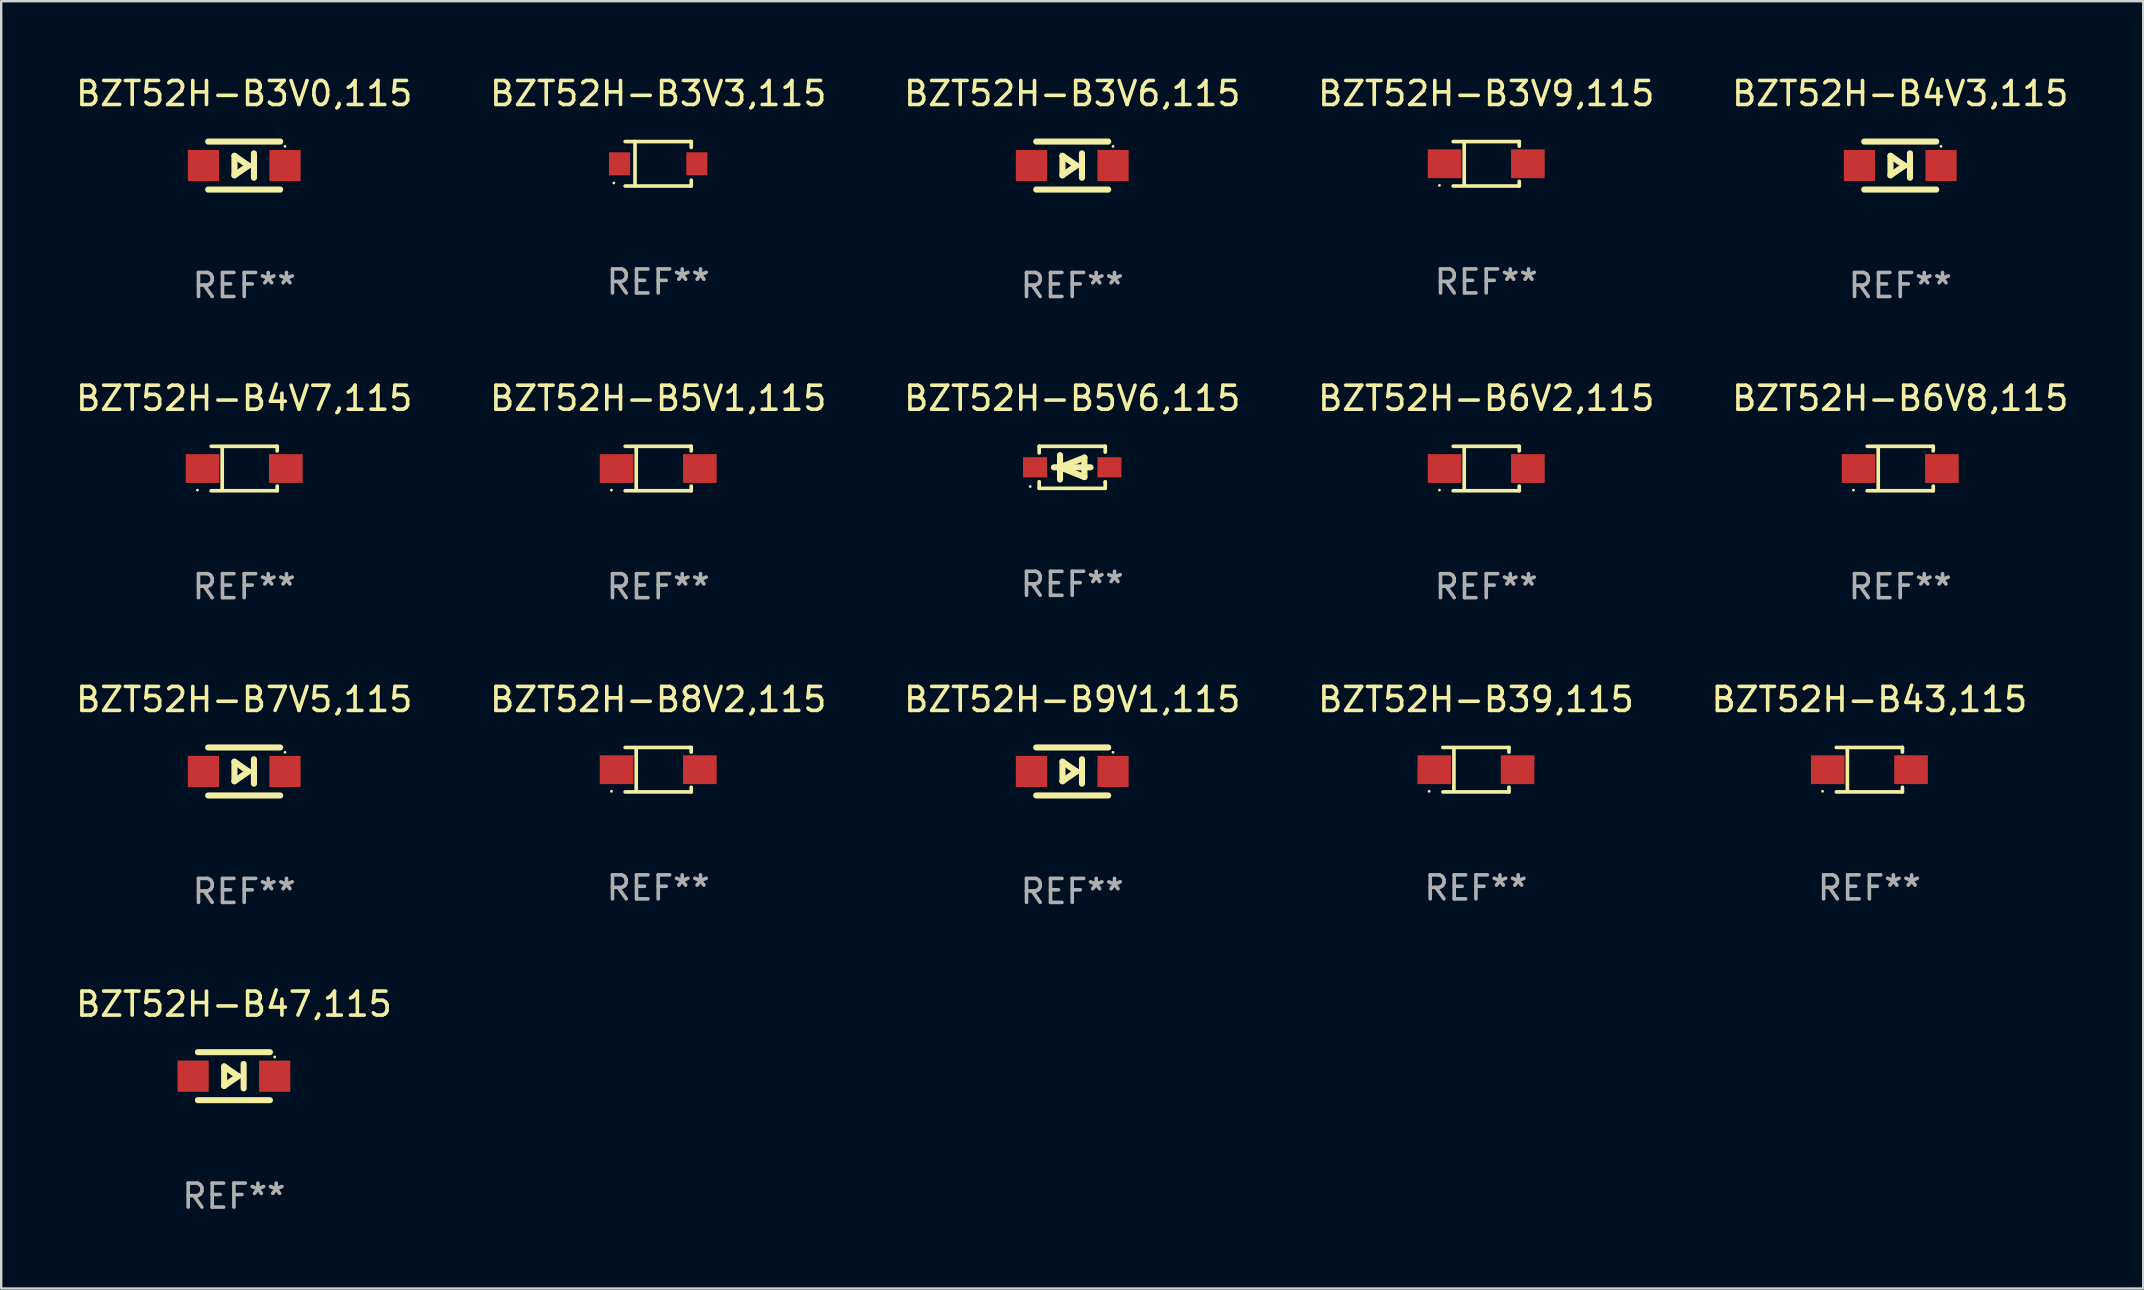
<source format=kicad_pcb>
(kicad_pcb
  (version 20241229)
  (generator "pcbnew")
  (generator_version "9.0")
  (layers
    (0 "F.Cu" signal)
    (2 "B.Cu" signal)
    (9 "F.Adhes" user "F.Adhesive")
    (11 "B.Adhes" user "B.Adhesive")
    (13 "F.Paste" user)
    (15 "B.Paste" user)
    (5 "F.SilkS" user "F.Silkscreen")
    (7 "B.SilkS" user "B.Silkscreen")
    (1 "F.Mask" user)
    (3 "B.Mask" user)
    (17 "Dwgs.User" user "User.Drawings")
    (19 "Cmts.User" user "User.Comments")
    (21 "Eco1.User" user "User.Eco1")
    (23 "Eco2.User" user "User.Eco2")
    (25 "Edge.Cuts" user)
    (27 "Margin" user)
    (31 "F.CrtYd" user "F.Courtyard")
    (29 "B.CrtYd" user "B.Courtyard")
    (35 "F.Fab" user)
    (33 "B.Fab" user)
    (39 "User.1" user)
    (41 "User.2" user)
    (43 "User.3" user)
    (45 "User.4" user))
  (footprint "BZT52H-B39,115"
    (layer "F.Cu")
    (at 58.446 29.02)
    (property "Reference" "BZT52H-B39,115" (at 0 -2.926 0) (layer "F.SilkS") (effects (font (size 1 1) (thickness 0.15))))
    (attr through_hole)
    (fp_line (start -1.376 -0.926) (end 1.376 -0.926) (stroke (width 0.152) (type solid)) (layer "F.SilkS"))
    (fp_line (start -1.376 0.926) (end 1.376 0.926) (stroke (width 0.152) (type solid)) (layer "F.SilkS"))
    (fp_line (start -0.917 -0.876) (end -0.917 0.876) (stroke (width 0.152) (type solid)) (layer "F.SilkS"))
    (fp_line (start 1.376 -0.926) (end 1.376 -0.733) (stroke (width 0.152) (type solid)) (layer "F.SilkS"))
    (fp_line (start 1.376 0.926) (end 1.376 0.733) (stroke (width 0.152) (type solid)) (layer "F.SilkS"))
    (fp_circle (center -1.95 0.9) (end -1.92 0.9) (stroke (width 0.06) (type solid)) (fill no) (layer "F.SilkS"))
    (fp_text user "REF**" (at 0 4.926 0) (layer "F.Fab") (effects (font (size 1 1) (thickness 0.15))))
    (pad "1" smd rect (at -1.735 0) (size 1.4 1.2) (layers "F.Cu" "F.Mask" "F.Paste"))
    (pad "2" smd rect (at 1.735 0) (size 1.4 1.2) (layers "F.Cu" "F.Mask" "F.Paste")))
  (footprint "BZT52H-B47,115"
    (layer "F.Cu")
    (at 6.696 41.79)
    (property "Reference" "BZT52H-B47,115" (at 0 -3 0) (layer "F.SilkS") (effects (font (size 1 1) (thickness 0.15))))
    (attr through_hole)
    (fp_line (start -1.5 -1) (end 1.5 -1) (stroke (width 0.254) (type solid)) (layer "F.SilkS"))
    (fp_line (start -0.406 -0.406) (end 0.178 0) (stroke (width 0.254) (type solid)) (layer "F.SilkS"))
    (fp_line (start -0.406 0.406) (end -0.406 -0.406) (stroke (width 0.254) (type solid)) (layer "F.SilkS"))
    (fp_line (start 0.178 0) (end -0.406 0.406) (stroke (width 0.254) (type solid)) (layer "F.SilkS"))
    (fp_line (start 0.406 0.508) (end 0.406 -0.508) (stroke (width 0.254) (type solid)) (layer "F.SilkS"))
    (fp_line (start 1.5 1) (end -1.5 1) (stroke (width 0.254) (type solid)) (layer "F.SilkS"))
    (fp_circle (center 1.7 -0.8) (end 1.73 -0.8) (stroke (width 0.06) (type solid)) (fill no) (layer "F.SilkS"))
    (fp_text user "REF**" (at 0 5 0) (layer "F.Fab") (effects (font (size 1 1) (thickness 0.15))))
    (pad "1" smd rect (at 1.7 0 180) (size 1.3 1.3) (layers "F.Cu" "F.Mask" "F.Paste"))
    (pad "2" smd rect (at -1.7 0 180) (size 1.3 1.3) (layers "F.Cu" "F.Mask" "F.Paste")))
  (footprint "BZT52H-B3V6,115"
    (layer "F.Cu")
    (at 41.625 3.848)
    (property "Reference" "BZT52H-B3V6,115" (at 0 -3 0) (layer "F.SilkS") (effects (font (size 1 1) (thickness 0.15))))
    (attr through_hole)
    (fp_line (start -1.5 -1) (end 1.5 -1) (stroke (width 0.254) (type solid)) (layer "F.SilkS"))
    (fp_line (start -0.406 -0.406) (end 0.178 0) (stroke (width 0.254) (type solid)) (layer "F.SilkS"))
    (fp_line (start -0.406 0.406) (end -0.406 -0.406) (stroke (width 0.254) (type solid)) (layer "F.SilkS"))
    (fp_line (start 0.178 0) (end -0.406 0.406) (stroke (width 0.254) (type solid)) (layer "F.SilkS"))
    (fp_line (start 0.406 0.508) (end 0.406 -0.508) (stroke (width 0.254) (type solid)) (layer "F.SilkS"))
    (fp_line (start 1.5 1) (end -1.5 1) (stroke (width 0.254) (type solid)) (layer "F.SilkS"))
    (fp_circle (center 1.7 -0.8) (end 1.73 -0.8) (stroke (width 0.06) (type solid)) (fill no) (layer "F.SilkS"))
    (fp_text user "REF**" (at 0 5 0) (layer "F.Fab") (effects (font (size 1 1) (thickness 0.15))))
    (pad "1" smd rect (at 1.7 0 180) (size 1.3 1.3) (layers "F.Cu" "F.Mask" "F.Paste"))
    (pad "2" smd rect (at -1.7 0 180) (size 1.3 1.3) (layers "F.Cu" "F.Mask" "F.Paste")))
  (footprint "BZT52H-B4V3,115"
    (layer "F.Cu")
    (at 76.125 3.848)
    (property "Reference" "BZT52H-B4V3,115" (at 0 -3 0) (layer "F.SilkS") (effects (font (size 1 1) (thickness 0.15))))
    (attr through_hole)
    (fp_line (start -1.5 -1) (end 1.5 -1) (stroke (width 0.254) (type solid)) (layer "F.SilkS"))
    (fp_line (start -0.406 -0.406) (end 0.178 0) (stroke (width 0.254) (type solid)) (layer "F.SilkS"))
    (fp_line (start -0.406 0.406) (end -0.406 -0.406) (stroke (width 0.254) (type solid)) (layer "F.SilkS"))
    (fp_line (start 0.178 0) (end -0.406 0.406) (stroke (width 0.254) (type solid)) (layer "F.SilkS"))
    (fp_line (start 0.406 0.508) (end 0.406 -0.508) (stroke (width 0.254) (type solid)) (layer "F.SilkS"))
    (fp_line (start 1.5 1) (end -1.5 1) (stroke (width 0.254) (type solid)) (layer "F.SilkS"))
    (fp_circle (center 1.7 -0.8) (end 1.73 -0.8) (stroke (width 0.06) (type solid)) (fill no) (layer "F.SilkS"))
    (fp_text user "REF**" (at 0 5 0) (layer "F.Fab") (effects (font (size 1 1) (thickness 0.15))))
    (pad "1" smd rect (at 1.7 0 180) (size 1.3 1.3) (layers "F.Cu" "F.Mask" "F.Paste"))
    (pad "2" smd rect (at -1.7 0 180) (size 1.3 1.3) (layers "F.Cu" "F.Mask" "F.Paste")))
  (footprint "BZT52H-B3V9,115"
    (layer "F.Cu")
    (at 58.875 3.774)
    (property "Reference" "BZT52H-B3V9,115" (at 0 -2.926 0) (layer "F.SilkS") (effects (font (size 1 1) (thickness 0.15))))
    (attr through_hole)
    (fp_line (start -1.376 -0.926) (end 1.376 -0.926) (stroke (width 0.152) (type solid)) (layer "F.SilkS"))
    (fp_line (start -1.376 0.926) (end 1.376 0.926) (stroke (width 0.152) (type solid)) (layer "F.SilkS"))
    (fp_line (start -0.917 -0.876) (end -0.917 0.876) (stroke (width 0.152) (type solid)) (layer "F.SilkS"))
    (fp_line (start 1.376 -0.926) (end 1.376 -0.733) (stroke (width 0.152) (type solid)) (layer "F.SilkS"))
    (fp_line (start 1.376 0.926) (end 1.376 0.733) (stroke (width 0.152) (type solid)) (layer "F.SilkS"))
    (fp_circle (center -1.95 0.9) (end -1.92 0.9) (stroke (width 0.06) (type solid)) (fill no) (layer "F.SilkS"))
    (fp_text user "REF**" (at 0 4.926 0) (layer "F.Fab") (effects (font (size 1 1) (thickness 0.15))))
    (pad "1" smd rect (at -1.735 0) (size 1.4 1.2) (layers "F.Cu" "F.Mask" "F.Paste"))
    (pad "2" smd rect (at 1.735 0) (size 1.4 1.2) (layers "F.Cu" "F.Mask" "F.Paste")))
  (footprint "BZT52H-B4V7,115"
    (layer "F.Cu")
    (at 7.125 16.471)
    (property "Reference" "BZT52H-B4V7,115" (at 0 -2.926 0) (layer "F.SilkS") (effects (font (size 1 1) (thickness 0.15))))
    (attr through_hole)
    (fp_line (start -1.376 -0.926) (end 1.376 -0.926) (stroke (width 0.152) (type solid)) (layer "F.SilkS"))
    (fp_line (start -1.376 0.926) (end 1.376 0.926) (stroke (width 0.152) (type solid)) (layer "F.SilkS"))
    (fp_line (start -0.917 -0.876) (end -0.917 0.876) (stroke (width 0.152) (type solid)) (layer "F.SilkS"))
    (fp_line (start 1.376 -0.926) (end 1.376 -0.733) (stroke (width 0.152) (type solid)) (layer "F.SilkS"))
    (fp_line (start 1.376 0.926) (end 1.376 0.733) (stroke (width 0.152) (type solid)) (layer "F.SilkS"))
    (fp_circle (center -1.95 0.9) (end -1.92 0.9) (stroke (width 0.06) (type solid)) (fill no) (layer "F.SilkS"))
    (fp_text user "REF**" (at 0 4.926 0) (layer "F.Fab") (effects (font (size 1 1) (thickness 0.15))))
    (pad "1" smd rect (at -1.735 0) (size 1.4 1.2) (layers "F.Cu" "F.Mask" "F.Paste"))
    (pad "2" smd rect (at 1.735 0) (size 1.4 1.2) (layers "F.Cu" "F.Mask" "F.Paste")))
  (footprint "BZT52H-B5V6,115"
    (layer "F.Cu")
    (at 41.625 16.421)
    (property "Reference" "BZT52H-B5V6,115" (at 0 -2.876 0) (layer "F.SilkS") (effects (font (size 1 1) (thickness 0.15))))
    (attr through_hole)
    (fp_line (start -1.376 -0.876) (end -1.376 -0.6) (stroke (width 0.152) (type solid)) (layer "F.SilkS"))
    (fp_line (start -1.376 -0.876) (end 1.376 -0.876) (stroke (width 0.152) (type solid)) (layer "F.SilkS"))
    (fp_line (start -1.376 0.6) (end -1.376 0.876) (stroke (width 0.152) (type solid)) (layer "F.SilkS"))
    (fp_line (start -1.376 0.876) (end 1.376 0.876) (stroke (width 0.152) (type solid)) (layer "F.SilkS"))
    (fp_line (start -0.762 -0.000051) (end 0.762 -0.000051) (stroke (width 0.254) (type solid)) (layer "F.SilkS"))
    (fp_line (start -0.508 -0.508) (end -0.508 0.508) (stroke (width 0.254) (type solid)) (layer "F.SilkS"))
    (fp_line (start -0.508 -0.000051) (end 0.508 -0.406) (stroke (width 0.254) (type solid)) (layer "F.SilkS"))
    (fp_line (start 0.508 -0.406) (end 0.508 0.406) (stroke (width 0.254) (type solid)) (layer "F.SilkS"))
    (fp_line (start 0.508 0.406) (end -0.508 -0.000051) (stroke (width 0.254) (type solid)) (layer "F.SilkS"))
    (fp_line (start 1.376 0.631) (end 1.376 0.6) (stroke (width 0.152) (type solid)) (layer "F.SilkS"))
    (fp_line (start 1.376 0.876) (end 1.376 0.631) (stroke (width 0.152) (type solid)) (layer "F.SilkS"))
    (fp_line (start 1.376 -0.876) (end 1.376 -0.635) (stroke (width 0.152) (type solid)) (layer "F.SilkS"))
    (fp_circle (center -1.75 0.8) (end -1.72 0.8) (stroke (width 0.06) (type solid)) (fill no) (layer "F.SilkS"))
    (fp_text user "REF**" (at 0 4.876 0) (layer "F.Fab") (effects (font (size 1 1) (thickness 0.15))))
    (pad "1" smd rect (at -1.55 -0.000051) (size 1 0.84) (layers "F.Cu" "F.Mask" "F.Paste"))
    (pad "2" smd rect (at 1.55 -0.000051) (size 1 0.84) (layers "F.Cu" "F.Mask" "F.Paste")))
  (footprint "BZT52H-B3V3,115"
    (layer "F.Cu")
    (at 24.375 3.774)
    (property "Reference" "BZT52H-B3V3,115" (at 0 -2.926 0) (layer "F.SilkS") (effects (font (size 1 1) (thickness 0.15))))
    (attr through_hole)
    (fp_line (start -1.376 -0.926) (end 1.376 -0.926) (stroke (width 0.152) (type solid)) (layer "F.SilkS"))
    (fp_line (start -1.376 0.926) (end 1.376 0.926) (stroke (width 0.152) (type solid)) (layer "F.SilkS"))
    (fp_line (start -0.967 -0.926) (end -0.967 0.926) (stroke (width 0.152) (type solid)) (layer "F.SilkS"))
    (fp_line (start 1.376 -0.926) (end 1.376 -0.683) (stroke (width 0.152) (type solid)) (layer "F.SilkS"))
    (fp_line (start 1.376 0.926) (end 1.376 0.683) (stroke (width 0.152) (type solid)) (layer "F.SilkS"))
    (fp_circle (center -1.85 0.8) (end -1.82 0.8) (stroke (width 0.06) (type solid)) (fill no) (layer "F.SilkS"))
    (fp_text user "REF**" (at 0 4.926 0) (layer "F.Fab") (effects (font (size 1 1) (thickness 0.15))))
    (pad "1" smd rect (at -1.61 0) (size 0.88 0.96) (layers "F.Cu" "F.Mask" "F.Paste"))
    (pad "2" smd rect (at 1.61 0) (size 0.88 0.96) (layers "F.Cu" "F.Mask" "F.Paste")))
  (footprint "BZT52H-B9V1,115"
    (layer "F.Cu")
    (at 41.625 29.094)
    (property "Reference" "BZT52H-B9V1,115" (at 0 -3 0) (layer "F.SilkS") (effects (font (size 1 1) (thickness 0.15))))
    (attr through_hole)
    (fp_line (start -1.5 -1) (end 1.5 -1) (stroke (width 0.254) (type solid)) (layer "F.SilkS"))
    (fp_line (start -0.406 -0.406) (end 0.178 0) (stroke (width 0.254) (type solid)) (layer "F.SilkS"))
    (fp_line (start -0.406 0.406) (end -0.406 -0.406) (stroke (width 0.254) (type solid)) (layer "F.SilkS"))
    (fp_line (start 0.178 0) (end -0.406 0.406) (stroke (width 0.254) (type solid)) (layer "F.SilkS"))
    (fp_line (start 0.406 0.508) (end 0.406 -0.508) (stroke (width 0.254) (type solid)) (layer "F.SilkS"))
    (fp_line (start 1.5 1) (end -1.5 1) (stroke (width 0.254) (type solid)) (layer "F.SilkS"))
    (fp_circle (center 1.7 -0.8) (end 1.73 -0.8) (stroke (width 0.06) (type solid)) (fill no) (layer "F.SilkS"))
    (fp_text user "REF**" (at 0 5 0) (layer "F.Fab") (effects (font (size 1 1) (thickness 0.15))))
    (pad "1" smd rect (at 1.7 0 180) (size 1.3 1.3) (layers "F.Cu" "F.Mask" "F.Paste"))
    (pad "2" smd rect (at -1.7 0 180) (size 1.3 1.3) (layers "F.Cu" "F.Mask" "F.Paste")))
  (footprint "BZT52H-B6V8,115"
    (layer "F.Cu")
    (at 76.125 16.471)
    (property "Reference" "BZT52H-B6V8,115" (at 0 -2.926 0) (layer "F.SilkS") (effects (font (size 1 1) (thickness 0.15))))
    (attr through_hole)
    (fp_line (start -1.376 -0.926) (end 1.376 -0.926) (stroke (width 0.152) (type solid)) (layer "F.SilkS"))
    (fp_line (start -1.376 0.926) (end 1.376 0.926) (stroke (width 0.152) (type solid)) (layer "F.SilkS"))
    (fp_line (start -0.917 -0.876) (end -0.917 0.876) (stroke (width 0.152) (type solid)) (layer "F.SilkS"))
    (fp_line (start 1.376 -0.926) (end 1.376 -0.733) (stroke (width 0.152) (type solid)) (layer "F.SilkS"))
    (fp_line (start 1.376 0.926) (end 1.376 0.733) (stroke (width 0.152) (type solid)) (layer "F.SilkS"))
    (fp_circle (center -1.95 0.9) (end -1.92 0.9) (stroke (width 0.06) (type solid)) (fill no) (layer "F.SilkS"))
    (fp_text user "REF**" (at 0 4.926 0) (layer "F.Fab") (effects (font (size 1 1) (thickness 0.15))))
    (pad "1" smd rect (at -1.735 0) (size 1.4 1.2) (layers "F.Cu" "F.Mask" "F.Paste"))
    (pad "2" smd rect (at 1.735 0) (size 1.4 1.2) (layers "F.Cu" "F.Mask" "F.Paste")))
  (footprint "BZT52H-B7V5,115"
    (layer "F.Cu")
    (at 7.125 29.094)
    (property "Reference" "BZT52H-B7V5,115" (at 0 -3 0) (layer "F.SilkS") (effects (font (size 1 1) (thickness 0.15))))
    (attr through_hole)
    (fp_line (start -1.5 -1) (end 1.5 -1) (stroke (width 0.254) (type solid)) (layer "F.SilkS"))
    (fp_line (start -0.406 -0.406) (end 0.178 0) (stroke (width 0.254) (type solid)) (layer "F.SilkS"))
    (fp_line (start -0.406 0.406) (end -0.406 -0.406) (stroke (width 0.254) (type solid)) (layer "F.SilkS"))
    (fp_line (start 0.178 0) (end -0.406 0.406) (stroke (width 0.254) (type solid)) (layer "F.SilkS"))
    (fp_line (start 0.406 0.508) (end 0.406 -0.508) (stroke (width 0.254) (type solid)) (layer "F.SilkS"))
    (fp_line (start 1.5 1) (end -1.5 1) (stroke (width 0.254) (type solid)) (layer "F.SilkS"))
    (fp_circle (center 1.7 -0.8) (end 1.73 -0.8) (stroke (width 0.06) (type solid)) (fill no) (layer "F.SilkS"))
    (fp_text user "REF**" (at 0 5 0) (layer "F.Fab") (effects (font (size 1 1) (thickness 0.15))))
    (pad "1" smd rect (at 1.7 0 180) (size 1.3 1.3) (layers "F.Cu" "F.Mask" "F.Paste"))
    (pad "2" smd rect (at -1.7 0 180) (size 1.3 1.3) (layers "F.Cu" "F.Mask" "F.Paste")))
  (footprint "BZT52H-B3V0,115"
    (layer "F.Cu")
    (at 7.125 3.848)
    (property "Reference" "BZT52H-B3V0,115" (at 0 -3 0) (layer "F.SilkS") (effects (font (size 1 1) (thickness 0.15))))
    (attr through_hole)
    (fp_line (start -1.5 -1) (end 1.5 -1) (stroke (width 0.254) (type solid)) (layer "F.SilkS"))
    (fp_line (start -0.406 -0.406) (end 0.178 0) (stroke (width 0.254) (type solid)) (layer "F.SilkS"))
    (fp_line (start -0.406 0.406) (end -0.406 -0.406) (stroke (width 0.254) (type solid)) (layer "F.SilkS"))
    (fp_line (start 0.178 0) (end -0.406 0.406) (stroke (width 0.254) (type solid)) (layer "F.SilkS"))
    (fp_line (start 0.406 0.508) (end 0.406 -0.508) (stroke (width 0.254) (type solid)) (layer "F.SilkS"))
    (fp_line (start 1.5 1) (end -1.5 1) (stroke (width 0.254) (type solid)) (layer "F.SilkS"))
    (fp_circle (center 1.7 -0.8) (end 1.73 -0.8) (stroke (width 0.06) (type solid)) (fill no) (layer "F.SilkS"))
    (fp_text user "REF**" (at 0 5 0) (layer "F.Fab") (effects (font (size 1 1) (thickness 0.15))))
    (pad "1" smd rect (at 1.7 0 180) (size 1.3 1.3) (layers "F.Cu" "F.Mask" "F.Paste"))
    (pad "2" smd rect (at -1.7 0 180) (size 1.3 1.3) (layers "F.Cu" "F.Mask" "F.Paste")))
  (footprint "BZT52H-B6V2,115"
    (layer "F.Cu")
    (at 58.875 16.471)
    (property "Reference" "BZT52H-B6V2,115" (at 0 -2.926 0) (layer "F.SilkS") (effects (font (size 1 1) (thickness 0.15))))
    (attr through_hole)
    (fp_line (start -1.376 -0.926) (end 1.376 -0.926) (stroke (width 0.152) (type solid)) (layer "F.SilkS"))
    (fp_line (start -1.376 0.926) (end 1.376 0.926) (stroke (width 0.152) (type solid)) (layer "F.SilkS"))
    (fp_line (start -0.917 -0.876) (end -0.917 0.876) (stroke (width 0.152) (type solid)) (layer "F.SilkS"))
    (fp_line (start 1.376 -0.926) (end 1.376 -0.733) (stroke (width 0.152) (type solid)) (layer "F.SilkS"))
    (fp_line (start 1.376 0.926) (end 1.376 0.733) (stroke (width 0.152) (type solid)) (layer "F.SilkS"))
    (fp_circle (center -1.95 0.9) (end -1.92 0.9) (stroke (width 0.06) (type solid)) (fill no) (layer "F.SilkS"))
    (fp_text user "REF**" (at 0 4.926 0) (layer "F.Fab") (effects (font (size 1 1) (thickness 0.15))))
    (pad "1" smd rect (at -1.735 0) (size 1.4 1.2) (layers "F.Cu" "F.Mask" "F.Paste"))
    (pad "2" smd rect (at 1.735 0) (size 1.4 1.2) (layers "F.Cu" "F.Mask" "F.Paste")))
  (footprint "BZT52H-B5V1,115"
    (layer "F.Cu")
    (at 24.375 16.471)
    (property "Reference" "BZT52H-B5V1,115" (at 0 -2.926 0) (layer "F.SilkS") (effects (font (size 1 1) (thickness 0.15))))
    (attr through_hole)
    (fp_line (start -1.376 -0.926) (end 1.376 -0.926) (stroke (width 0.152) (type solid)) (layer "F.SilkS"))
    (fp_line (start -1.376 0.926) (end 1.376 0.926) (stroke (width 0.152) (type solid)) (layer "F.SilkS"))
    (fp_line (start -0.917 -0.876) (end -0.917 0.876) (stroke (width 0.152) (type solid)) (layer "F.SilkS"))
    (fp_line (start 1.376 -0.926) (end 1.376 -0.733) (stroke (width 0.152) (type solid)) (layer "F.SilkS"))
    (fp_line (start 1.376 0.926) (end 1.376 0.733) (stroke (width 0.152) (type solid)) (layer "F.SilkS"))
    (fp_circle (center -1.95 0.9) (end -1.92 0.9) (stroke (width 0.06) (type solid)) (fill no) (layer "F.SilkS"))
    (fp_text user "REF**" (at 0 4.926 0) (layer "F.Fab") (effects (font (size 1 1) (thickness 0.15))))
    (pad "1" smd rect (at -1.735 0) (size 1.4 1.2) (layers "F.Cu" "F.Mask" "F.Paste"))
    (pad "2" smd rect (at 1.735 0) (size 1.4 1.2) (layers "F.Cu" "F.Mask" "F.Paste")))
  (footprint "BZT52H-B8V2,115"
    (layer "F.Cu")
    (at 24.375 29.02)
    (property "Reference" "BZT52H-B8V2,115" (at 0 -2.926 0) (layer "F.SilkS") (effects (font (size 1 1) (thickness 0.15))))
    (attr through_hole)
    (fp_line (start -1.376 -0.926) (end 1.376 -0.926) (stroke (width 0.152) (type solid)) (layer "F.SilkS"))
    (fp_line (start -1.376 0.926) (end 1.376 0.926) (stroke (width 0.152) (type solid)) (layer "F.SilkS"))
    (fp_line (start -0.917 -0.876) (end -0.917 0.876) (stroke (width 0.152) (type solid)) (layer "F.SilkS"))
    (fp_line (start 1.376 -0.926) (end 1.376 -0.733) (stroke (width 0.152) (type solid)) (layer "F.SilkS"))
    (fp_line (start 1.376 0.926) (end 1.376 0.733) (stroke (width 0.152) (type solid)) (layer "F.SilkS"))
    (fp_circle (center -1.95 0.9) (end -1.92 0.9) (stroke (width 0.06) (type solid)) (fill no) (layer "F.SilkS"))
    (fp_text user "REF**" (at 0 4.926 0) (layer "F.Fab") (effects (font (size 1 1) (thickness 0.15))))
    (pad "1" smd rect (at -1.735 0) (size 1.4 1.2) (layers "F.Cu" "F.Mask" "F.Paste"))
    (pad "2" smd rect (at 1.735 0) (size 1.4 1.2) (layers "F.Cu" "F.Mask" "F.Paste")))
  (footprint "BZT52H-B43,115"
    (layer "F.Cu")
    (at 74.839 29.02)
    (property "Reference" "BZT52H-B43,115" (at 0 -2.926 0) (layer "F.SilkS") (effects (font (size 1 1) (thickness 0.15))))
    (attr through_hole)
    (fp_line (start -1.376 -0.926) (end 1.376 -0.926) (stroke (width 0.152) (type solid)) (layer "F.SilkS"))
    (fp_line (start -1.376 0.926) (end 1.376 0.926) (stroke (width 0.152) (type solid)) (layer "F.SilkS"))
    (fp_line (start -0.917 -0.876) (end -0.917 0.876) (stroke (width 0.152) (type solid)) (layer "F.SilkS"))
    (fp_line (start 1.376 -0.926) (end 1.376 -0.733) (stroke (width 0.152) (type solid)) (layer "F.SilkS"))
    (fp_line (start 1.376 0.926) (end 1.376 0.733) (stroke (width 0.152) (type solid)) (layer "F.SilkS"))
    (fp_circle (center -1.95 0.9) (end -1.92 0.9) (stroke (width 0.06) (type solid)) (fill no) (layer "F.SilkS"))
    (fp_text user "REF**" (at 0 4.926 0) (layer "F.Fab") (effects (font (size 1 1) (thickness 0.15))))
    (pad "1" smd rect (at -1.735 0) (size 1.4 1.2) (layers "F.Cu" "F.Mask" "F.Paste"))
    (pad "2" smd rect (at 1.735 0) (size 1.4 1.2) (layers "F.Cu" "F.Mask" "F.Paste")))
  (gr_rect
    (start -3 -3)
    (end 86.25 50.638)
    (stroke (width 0.1) (type default))
    (fill no)
    (layer "Edge.Cuts")))
</source>
